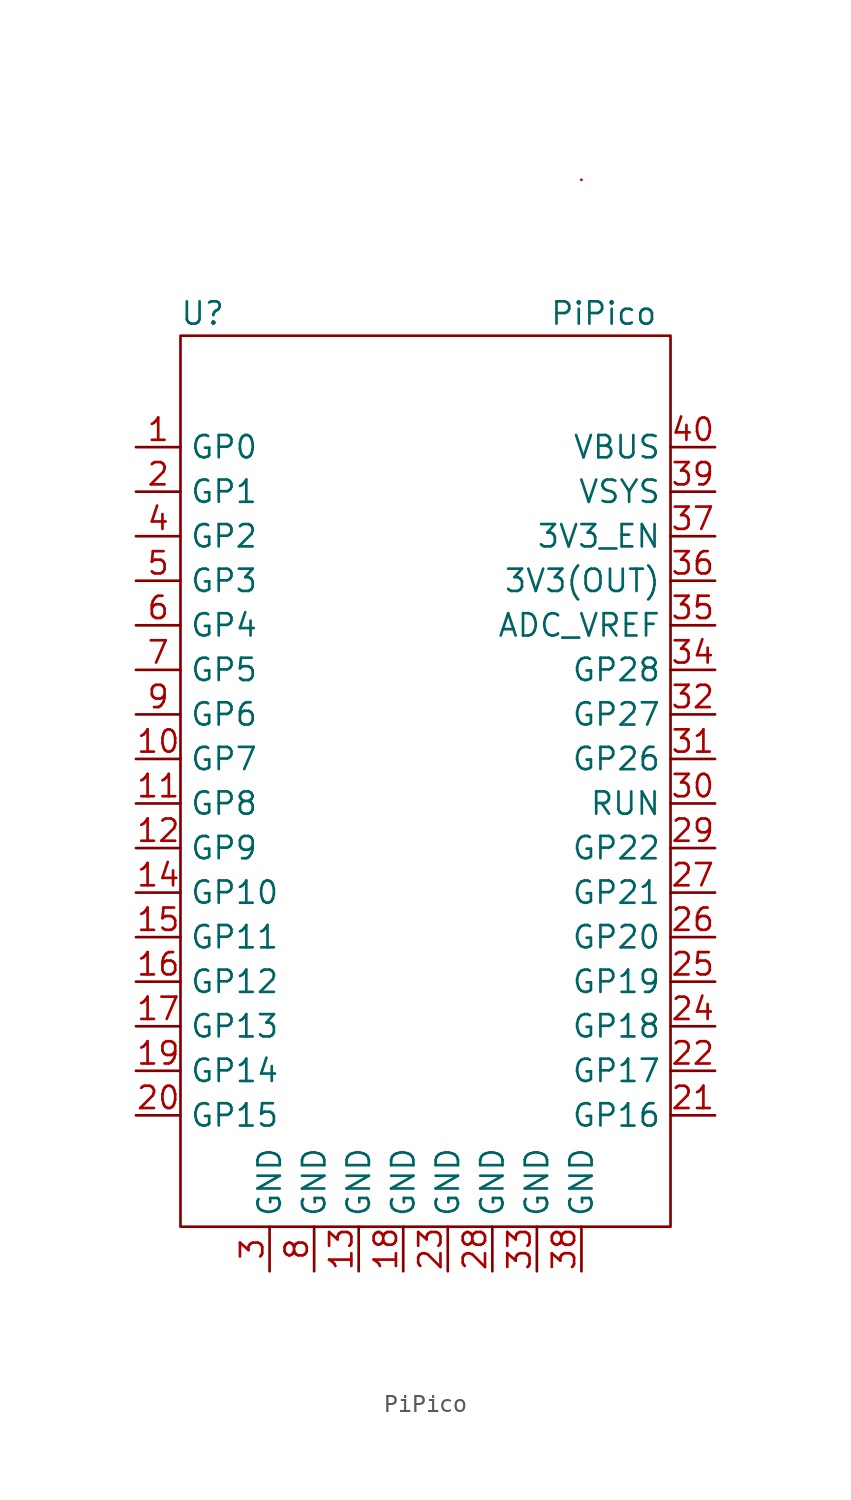
<source format=kicad_sym>
(kicad_symbol_lib
  (version 20220914)
  (generator kicad_symbol_editor)
  (symbol "PiPico"
    (property "Reference" "U"
      (at -12.7 26.67 0)
      (effects (font (size 1.27 1.27))))
    (property "Value" "PiPico"
      (at 10.16 26.67 0)
      (effects (font (size 1.27 1.27))))
    (symbol "PiPico_0_1"
      (rectangle (start -13.97 25.4) (end 13.97 -25.4) (stroke (width 0) (type default)) (fill (type none)))
      (rectangle (start 8.89 34.29) (end 8.89 34.29) (stroke (width 0) (type default)) (fill (type none))))
    (symbol "PiPico_1_1"
      (pin bidirectional line (at -16.51 19.05 0) (length 2.54) (name "GP0" (effects (font (size 1.27 1.27)))) (number "1" (effects (font (size 1.27 1.27)))))
      (pin bidirectional line (at -16.51 1.27 0) (length 2.54) (name "GP7" (effects (font (size 1.27 1.27)))) (number "10" (effects (font (size 1.27 1.27)))))
      (pin bidirectional line (at -16.51 -1.27 0) (length 2.54) (name "GP8" (effects (font (size 1.27 1.27)))) (number "11" (effects (font (size 1.27 1.27)))))
      (pin bidirectional line (at -16.51 -3.81 0) (length 2.54) (name "GP9" (effects (font (size 1.27 1.27)))) (number "12" (effects (font (size 1.27 1.27)))))
      (pin bidirectional line (at -3.81 -27.94 90) (length 2.54) (name "GND" (effects (font (size 1.27 1.27)))) (number "13" (effects (font (size 1.27 1.27)))))
      (pin bidirectional line (at -16.51 -6.35 0) (length 2.54) (name "GP10" (effects (font (size 1.27 1.27)))) (number "14" (effects (font (size 1.27 1.27)))))
      (pin bidirectional line (at -16.51 -8.89 0) (length 2.54) (name "GP11" (effects (font (size 1.27 1.27)))) (number "15" (effects (font (size 1.27 1.27)))))
      (pin bidirectional line (at -16.51 -11.43 0) (length 2.54) (name "GP12" (effects (font (size 1.27 1.27)))) (number "16" (effects (font (size 1.27 1.27)))))
      (pin bidirectional line (at -16.51 -13.97 0) (length 2.54) (name "GP13" (effects (font (size 1.27 1.27)))) (number "17" (effects (font (size 1.27 1.27)))))
      (pin bidirectional line (at -1.27 -27.94 90) (length 2.54) (name "GND" (effects (font (size 1.27 1.27)))) (number "18" (effects (font (size 1.27 1.27)))))
      (pin bidirectional line (at -16.51 -16.51 0) (length 2.54) (name "GP14" (effects (font (size 1.27 1.27)))) (number "19" (effects (font (size 1.27 1.27)))))
      (pin bidirectional line (at -16.51 16.51 0) (length 2.54) (name "GP1" (effects (font (size 1.27 1.27)))) (number "2" (effects (font (size 1.27 1.27)))))
      (pin bidirectional line (at -16.51 -19.05 0) (length 2.54) (name "GP15" (effects (font (size 1.27 1.27)))) (number "20" (effects (font (size 1.27 1.27)))))
      (pin bidirectional line (at 16.51 -19.05 180) (length 2.54) (name "GP16" (effects (font (size 1.27 1.27)))) (number "21" (effects (font (size 1.27 1.27)))))
      (pin bidirectional line (at 16.51 -16.51 180) (length 2.54) (name "GP17" (effects (font (size 1.27 1.27)))) (number "22" (effects (font (size 1.27 1.27)))))
      (pin bidirectional line (at 1.27 -27.94 90) (length 2.54) (name "GND" (effects (font (size 1.27 1.27)))) (number "23" (effects (font (size 1.27 1.27)))))
      (pin bidirectional line (at 16.51 -13.97 180) (length 2.54) (name "GP18" (effects (font (size 1.27 1.27)))) (number "24" (effects (font (size 1.27 1.27)))))
      (pin bidirectional line (at 16.51 -11.43 180) (length 2.54) (name "GP19" (effects (font (size 1.27 1.27)))) (number "25" (effects (font (size 1.27 1.27)))))
      (pin bidirectional line (at 16.51 -8.89 180) (length 2.54) (name "GP20" (effects (font (size 1.27 1.27)))) (number "26" (effects (font (size 1.27 1.27)))))
      (pin bidirectional line (at 16.51 -6.35 180) (length 2.54) (name "GP21" (effects (font (size 1.27 1.27)))) (number "27" (effects (font (size 1.27 1.27)))))
      (pin bidirectional line (at 3.81 -27.94 90) (length 2.54) (name "GND" (effects (font (size 1.27 1.27)))) (number "28" (effects (font (size 1.27 1.27)))))
      (pin bidirectional line (at 16.51 -3.81 180) (length 2.54) (name "GP22" (effects (font (size 1.27 1.27)))) (number "29" (effects (font (size 1.27 1.27)))))
      (pin bidirectional line (at -8.89 -27.94 90) (length 2.54) (name "GND" (effects (font (size 1.27 1.27)))) (number "3" (effects (font (size 1.27 1.27)))))
      (pin bidirectional line (at 16.51 -1.27 180) (length 2.54) (name "RUN" (effects (font (size 1.27 1.27)))) (number "30" (effects (font (size 1.27 1.27)))))
      (pin bidirectional line (at 16.51 1.27 180) (length 2.54) (name "GP26" (effects (font (size 1.27 1.27)))) (number "31" (effects (font (size 1.27 1.27)))))
      (pin bidirectional line (at 16.51 3.81 180) (length 2.54) (name "GP27" (effects (font (size 1.27 1.27)))) (number "32" (effects (font (size 1.27 1.27)))))
      (pin bidirectional line (at 6.35 -27.94 90) (length 2.54) (name "GND" (effects (font (size 1.27 1.27)))) (number "33" (effects (font (size 1.27 1.27)))))
      (pin bidirectional line (at 16.51 6.35 180) (length 2.54) (name "GP28" (effects (font (size 1.27 1.27)))) (number "34" (effects (font (size 1.27 1.27)))))
      (pin bidirectional line (at 16.51 8.89 180) (length 2.54) (name "ADC_VREF" (effects (font (size 1.27 1.27)))) (number "35" (effects (font (size 1.27 1.27)))))
      (pin bidirectional line (at 16.51 11.43 180) (length 2.54) (name "3V3(OUT)" (effects (font (size 1.27 1.27)))) (number "36" (effects (font (size 1.27 1.27)))))
      (pin bidirectional line (at 16.51 13.97 180) (length 2.54) (name "3V3_EN" (effects (font (size 1.27 1.27)))) (number "37" (effects (font (size 1.27 1.27)))))
      (pin bidirectional line (at 8.89 -27.94 90) (length 2.54) (name "GND" (effects (font (size 1.27 1.27)))) (number "38" (effects (font (size 1.27 1.27)))))
      (pin bidirectional line (at 16.51 16.51 180) (length 2.54) (name "VSYS" (effects (font (size 1.27 1.27)))) (number "39" (effects (font (size 1.27 1.27)))))
      (pin bidirectional line (at -16.51 13.97 0) (length 2.54) (name "GP2" (effects (font (size 1.27 1.27)))) (number "4" (effects (font (size 1.27 1.27)))))
      (pin bidirectional line (at 16.51 19.05 180) (length 2.54) (name "VBUS" (effects (font (size 1.27 1.27)))) (number "40" (effects (font (size 1.27 1.27)))))
      (pin bidirectional line (at -16.51 11.43 0) (length 2.54) (name "GP3" (effects (font (size 1.27 1.27)))) (number "5" (effects (font (size 1.27 1.27)))))
      (pin bidirectional line (at -16.51 8.89 0) (length 2.54) (name "GP4" (effects (font (size 1.27 1.27)))) (number "6" (effects (font (size 1.27 1.27)))))
      (pin bidirectional line (at -16.51 6.35 0) (length 2.54) (name "GP5" (effects (font (size 1.27 1.27)))) (number "7" (effects (font (size 1.27 1.27)))))
      (pin bidirectional line (at -6.35 -27.94 90) (length 2.54) (name "GND" (effects (font (size 1.27 1.27)))) (number "8" (effects (font (size 1.27 1.27)))))
      (pin bidirectional line (at -16.51 3.81 0) (length 2.54) (name "GP6" (effects (font (size 1.27 1.27)))) (number "9" (effects (font (size 1.27 1.27))))))))
</source>
